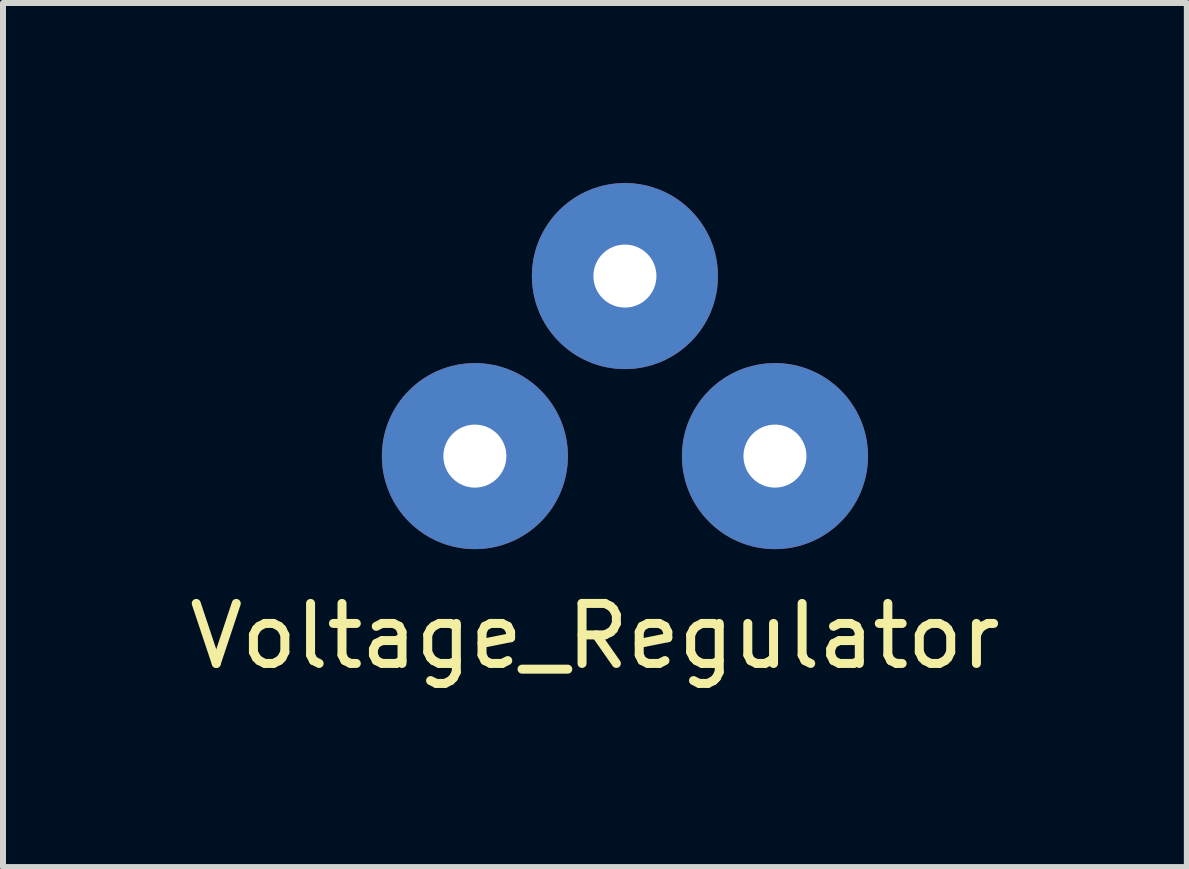
<source format=kicad_pcb>
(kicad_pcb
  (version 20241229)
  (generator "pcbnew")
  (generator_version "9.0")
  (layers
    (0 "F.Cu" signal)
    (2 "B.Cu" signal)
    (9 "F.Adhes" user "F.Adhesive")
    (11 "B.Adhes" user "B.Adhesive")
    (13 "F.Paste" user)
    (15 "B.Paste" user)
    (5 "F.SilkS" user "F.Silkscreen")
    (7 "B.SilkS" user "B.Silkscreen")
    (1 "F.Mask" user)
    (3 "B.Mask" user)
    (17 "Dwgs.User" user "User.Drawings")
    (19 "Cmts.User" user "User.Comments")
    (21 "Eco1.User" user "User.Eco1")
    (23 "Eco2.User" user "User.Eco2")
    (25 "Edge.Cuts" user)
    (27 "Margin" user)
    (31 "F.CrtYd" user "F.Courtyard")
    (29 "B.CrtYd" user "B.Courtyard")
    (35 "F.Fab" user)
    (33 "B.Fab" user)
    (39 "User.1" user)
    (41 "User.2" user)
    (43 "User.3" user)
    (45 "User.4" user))
  (footprint "Voltage_Regulator"
    (layer "F.Cu")
    (at 9.863 4.55)
    (property "Reference" "Voltage_Regulator" (at -3 3 0) (layer "F.SilkS") (effects (font (size 1 1) (thickness 0.15))))
    (attr through_hole)
    (pad "1" thru_hole circle (at 0 0) (size 3.1 3.1) (drill 1.05) (layers "*.Cu" "*.Mask"))
    (pad "2" thru_hole circle (at -2.5 -3) (size 3.1 3.1) (drill 1.05) (layers "*.Cu" "*.Mask"))
    (pad "3" thru_hole circle (at -5 0) (size 3.1 3.1) (drill 1.05) (layers "*.Cu" "*.Mask")))
  (gr_rect
    (start -3 -3)
    (end 16.726 11.398)
    (stroke (width 0.1) (type default))
    (fill no)
    (layer "Edge.Cuts")))
</source>
